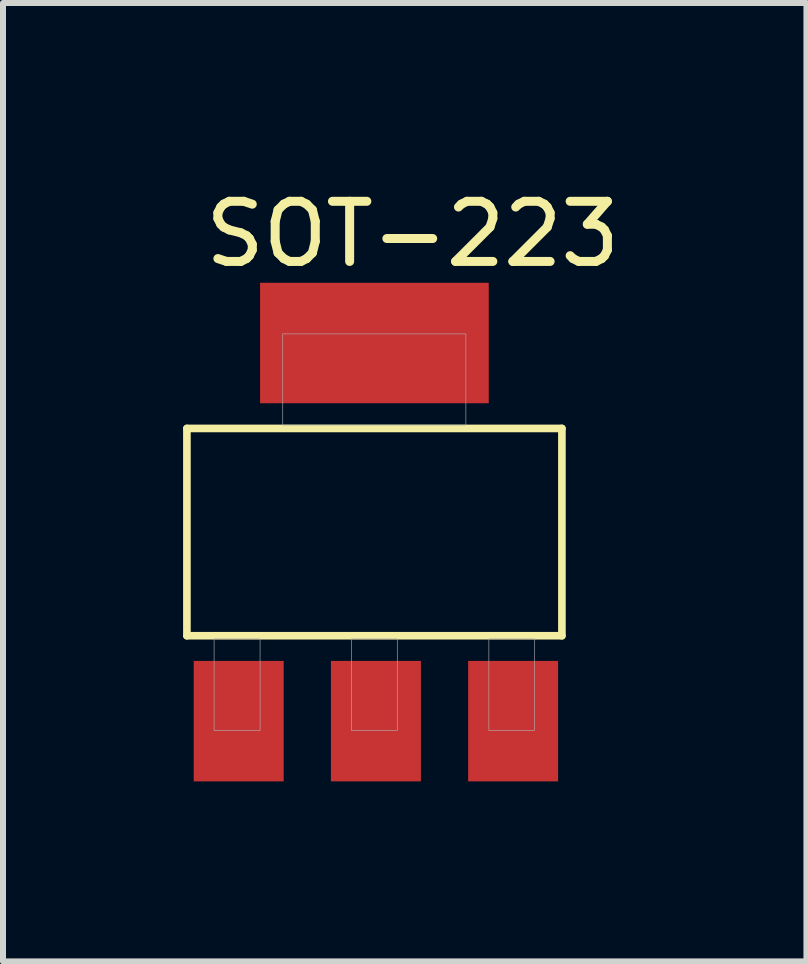
<source format=kicad_pcb>
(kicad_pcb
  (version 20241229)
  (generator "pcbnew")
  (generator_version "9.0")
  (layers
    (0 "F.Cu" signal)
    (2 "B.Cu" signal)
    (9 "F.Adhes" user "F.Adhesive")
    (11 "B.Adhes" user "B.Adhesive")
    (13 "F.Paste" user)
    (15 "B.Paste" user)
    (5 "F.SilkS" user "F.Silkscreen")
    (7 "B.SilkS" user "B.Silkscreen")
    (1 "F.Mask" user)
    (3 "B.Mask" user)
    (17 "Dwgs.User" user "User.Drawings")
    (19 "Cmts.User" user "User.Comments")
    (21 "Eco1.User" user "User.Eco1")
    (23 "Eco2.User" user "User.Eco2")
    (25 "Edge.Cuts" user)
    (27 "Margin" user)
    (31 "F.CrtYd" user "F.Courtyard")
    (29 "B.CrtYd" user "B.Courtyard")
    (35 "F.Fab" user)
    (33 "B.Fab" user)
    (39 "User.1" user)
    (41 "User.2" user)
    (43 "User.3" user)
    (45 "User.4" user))
  (footprint "SOT-223"
    (layer "F.Cu")
    (at 3.188 5.815)
    (property "Reference" "SOT-223" (at 0.637 -4.965 0) (layer "F.SilkS") (effects (font (size 1.002 1.002) (thickness 0.15))))
    (attr smd)
    (fp_line (start -3.124 -1.727) (end -3.124 1.727) (stroke (width 0.127) (type solid)) (layer "F.SilkS"))
    (fp_line (start -3.124 -1.727) (end 3.124 -1.727) (stroke (width 0.127) (type solid)) (layer "F.SilkS"))
    (fp_line (start 3.124 1.727) (end -3.124 1.727) (stroke (width 0.127) (type solid)) (layer "F.SilkS"))
    (fp_line (start 3.124 1.727) (end 3.124 -1.727) (stroke (width 0.127) (type solid)) (layer "F.SilkS"))
    (fp_poly (pts (xy -2.671 1.778) (xy -1.905 1.778) (xy -1.905 3.306) (xy -2.671 3.306)) (stroke (width 0.01) (type solid)) (fill no) (layer "F.Fab"))
    (fp_poly (pts (xy -1.527 -3.302) (xy 1.524 -3.302) (xy 1.524 -1.782) (xy -1.527 -1.782)) (stroke (width 0.01) (type solid)) (fill no) (layer "F.Fab"))
    (fp_poly (pts (xy -0.382 1.778) (xy 0.381 1.778) (xy 0.381 3.307) (xy -0.382 3.307)) (stroke (width 0.01) (type solid)) (fill no) (layer "F.Fab"))
    (fp_poly (pts (xy 1.907 1.778) (xy 2.667 1.778) (xy 2.667 3.305) (xy 1.907 3.305)) (stroke (width 0.01) (type solid)) (fill no) (layer "F.Fab"))
    (pad "1" smd rect (at -2.261 3.15) (size 1.499 2.007) (layers "F.Cu" "F.Mask" "F.Paste"))
    (pad "2" smd rect (at 0.025 3.15) (size 1.499 2.007) (layers "F.Cu" "F.Mask" "F.Paste"))
    (pad "3" smd rect (at 2.311 3.15) (size 1.499 2.007) (layers "F.Cu" "F.Mask" "F.Paste"))
    (pad "4" smd rect (at 0 -3.15) (size 3.81 2.007) (layers "F.Cu" "F.Mask" "F.Paste")))
  (gr_rect
    (start -3 -3)
    (end 10.386 12.968)
    (stroke (width 0.1) (type default))
    (fill no)
    (layer "Edge.Cuts")))
</source>
